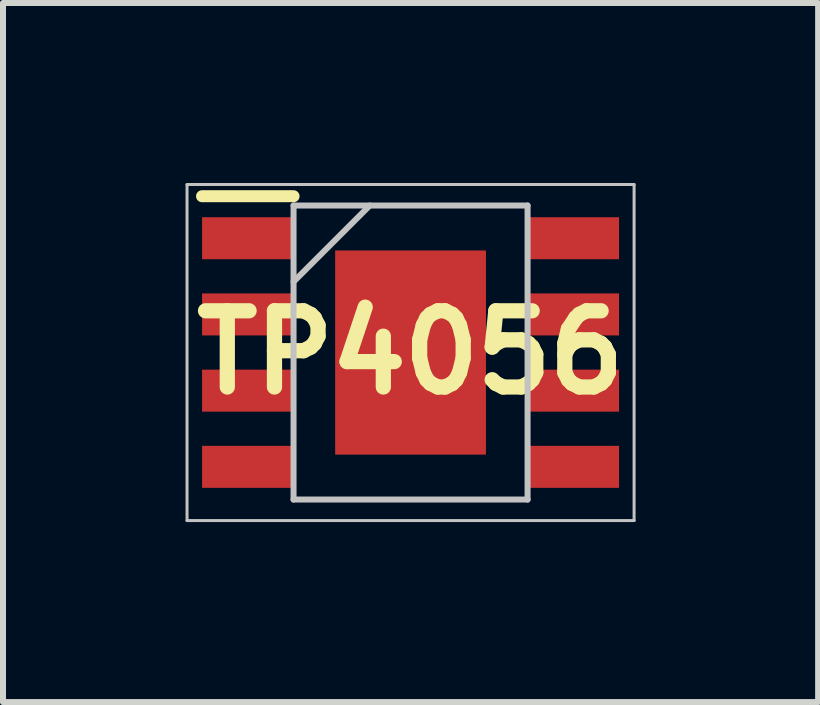
<source format=kicad_pcb>
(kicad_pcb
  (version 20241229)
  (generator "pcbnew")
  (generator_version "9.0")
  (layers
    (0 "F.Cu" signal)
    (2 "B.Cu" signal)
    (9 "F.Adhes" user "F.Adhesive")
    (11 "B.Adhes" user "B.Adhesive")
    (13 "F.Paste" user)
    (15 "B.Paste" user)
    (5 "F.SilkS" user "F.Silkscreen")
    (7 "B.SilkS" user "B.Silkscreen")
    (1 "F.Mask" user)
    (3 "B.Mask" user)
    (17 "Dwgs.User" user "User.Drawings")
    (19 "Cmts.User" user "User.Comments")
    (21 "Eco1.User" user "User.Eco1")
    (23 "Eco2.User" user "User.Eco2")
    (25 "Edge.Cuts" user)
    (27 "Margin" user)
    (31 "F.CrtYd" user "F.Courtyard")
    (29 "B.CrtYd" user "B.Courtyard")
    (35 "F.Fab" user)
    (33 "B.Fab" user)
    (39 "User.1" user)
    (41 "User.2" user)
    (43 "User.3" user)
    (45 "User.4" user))
  (footprint "TP4056"
    (layer "F.Cu")
    (at 3.792 2.825)
    (property "Reference" "TP4056" (at 0 0 0) (unlocked yes) (layer "F.SilkS") (effects (font (size 1.27 1.27) (thickness 0.254))))
    (attr smd)
    (fp_line (start -3.475 -2.605) (end -1.95 -2.605) (stroke (width 0.2) (type solid)) (layer "F.SilkS"))
    (fp_line (start -3.725 -2.8) (end 3.725 -2.8) (stroke (width 0.05) (type solid)) (layer "Dwgs.User"))
    (fp_line (start -3.725 2.8) (end -3.725 -2.8) (stroke (width 0.05) (type solid)) (layer "Dwgs.User"))
    (fp_line (start -1.95 -2.45) (end 1.95 -2.45) (stroke (width 0.1) (type solid)) (layer "Dwgs.User"))
    (fp_line (start -1.95 -1.18) (end -0.68 -2.45) (stroke (width 0.1) (type solid)) (layer "Dwgs.User"))
    (fp_line (start -1.95 2.45) (end -1.95 -2.45) (stroke (width 0.1) (type solid)) (layer "Dwgs.User"))
    (fp_line (start 1.95 -2.45) (end 1.95 2.45) (stroke (width 0.1) (type solid)) (layer "Dwgs.User"))
    (fp_line (start 1.95 2.45) (end -1.95 2.45) (stroke (width 0.1) (type solid)) (layer "Dwgs.User"))
    (fp_line (start 3.725 -2.8) (end 3.725 2.8) (stroke (width 0.05) (type solid)) (layer "Dwgs.User"))
    (fp_line (start 3.725 2.8) (end -3.725 2.8) (stroke (width 0.05) (type solid)) (layer "Dwgs.User"))
    (pad "1" smd rect (at -2.712 -1.905 90) (size 0.7 1.525) (layers "F.Cu" "F.Mask" "F.Paste"))
    (pad "2" smd rect (at -2.712 -0.635 90) (size 0.7 1.525) (layers "F.Cu" "F.Mask" "F.Paste"))
    (pad "3" smd rect (at -2.712 0.635 90) (size 0.7 1.525) (layers "F.Cu" "F.Mask" "F.Paste"))
    (pad "4" smd rect (at -2.712 1.905 90) (size 0.7 1.525) (layers "F.Cu" "F.Mask" "F.Paste"))
    (pad "5" smd rect (at 2.712 1.905 90) (size 0.7 1.525) (layers "F.Cu" "F.Mask" "F.Paste"))
    (pad "6" smd rect (at 2.712 0.635 90) (size 0.7 1.525) (layers "F.Cu" "F.Mask" "F.Paste"))
    (pad "7" smd rect (at 2.712 -0.635 90) (size 0.7 1.525) (layers "F.Cu" "F.Mask" "F.Paste"))
    (pad "8" smd rect (at 2.712 -1.905 90) (size 0.7 1.525) (layers "F.Cu" "F.Mask" "F.Paste"))
    (pad "9" smd rect (at 0 0) (size 2.513 3.402) (layers "F.Cu" "F.Mask" "F.Paste")))
  (gr_rect
    (start -3 -3)
    (end 10.584 8.65)
    (stroke (width 0.1) (type default))
    (fill no)
    (layer "Edge.Cuts")))
</source>
